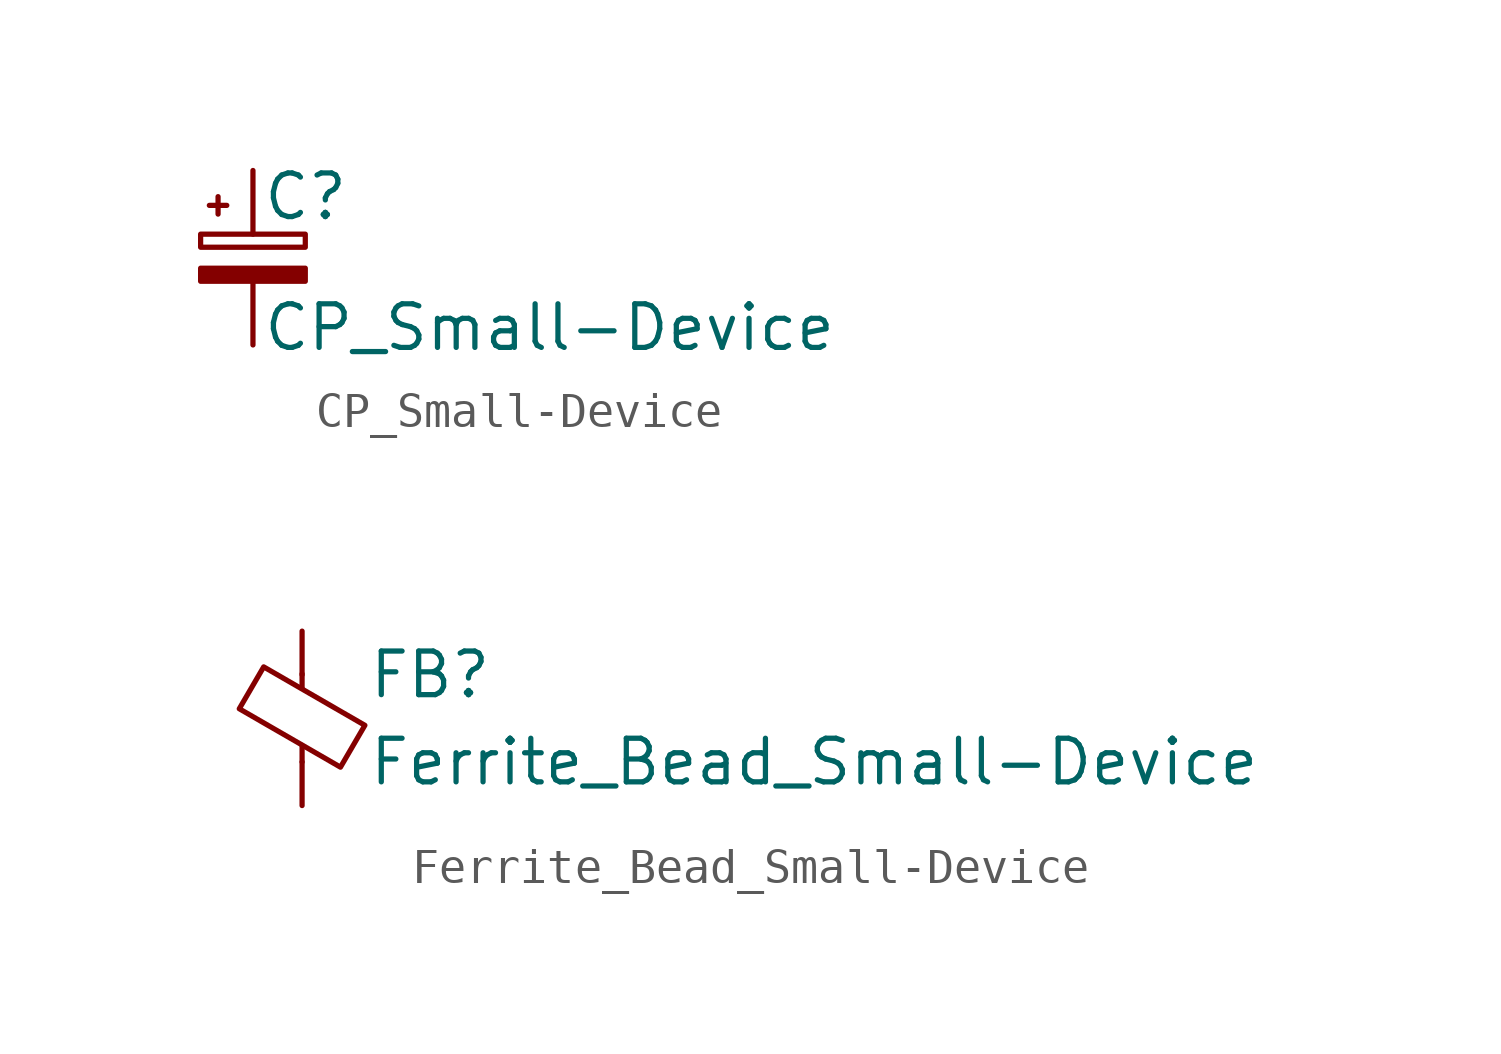
<source format=kicad_sym>
(kicad_symbol_lib
  (version 20220914)
  (generator kicad_symbol_editor)
  (symbol "CP_Small-Device"
    (pin_numbers hide)
    (pin_names
      (offset 0.254) hide)
    (property "Reference" "C"
      (at 0.254 1.778 0)
      (effects (font (size 1.27 1.27)) (justify left)))
    (property "Value" "CP_Small-Device"
      (at 0.254 -2.032 0)
      (effects (font (size 1.27 1.27)) (justify left)))
    (symbol "CP_Small-Device_0_1"
      (rectangle (start -1.524 -0.305) (end 1.524 -0.686) (stroke (width 0) (type solid)) (fill (type outline)))
      (rectangle (start -1.524 0.686) (end 1.524 0.305) (stroke (width 0) (type solid)) (fill (type none)))
      (polyline (pts (xy -1.27 1.524) (xy -0.762 1.524)) (stroke (width 0) (type solid)) (fill (type none)))
      (polyline (pts (xy -1.016 1.27) (xy -1.016 1.778)) (stroke (width 0) (type solid)) (fill (type none))))
    (symbol "CP_Small-Device_1_1"
      (pin passive line (at 0 2.54 270) (length 1.854) (name "~" (effects (font (size 1.27 1.27)))) (number "1" (effects (font (size 1.27 1.27)))))
      (pin passive line (at 0 -2.54 90) (length 1.854) (name "~" (effects (font (size 1.27 1.27)))) (number "2" (effects (font (size 1.27 1.27)))))))
  (symbol "Ferrite_Bead_Small-Device"
    (pin_numbers hide)
    (pin_names
      (offset 0))
    (property "Reference" "FB"
      (at 1.905 1.27 0)
      (effects (font (size 1.27 1.27)) (justify left)))
    (property "Value" "Ferrite_Bead_Small-Device"
      (at 1.905 -1.27 0)
      (effects (font (size 1.27 1.27)) (justify left)))
    (symbol "Ferrite_Bead_Small-Device_0_1"
      (polyline (pts (xy 0 -1.27) (xy 0 -0.787)) (stroke (width 0) (type solid)) (fill (type none)))
      (polyline (pts (xy 0 0.889) (xy 0 1.295)) (stroke (width 0) (type solid)) (fill (type none)))
      (polyline (pts (xy -1.829 0.279) (xy -1.118 1.499) (xy 1.829 -0.203) (xy 1.118 -1.422) (xy -1.829 0.279)) (stroke (width 0) (type solid)) (fill (type none))))
    (symbol "Ferrite_Bead_Small-Device_1_1"
      (pin passive line (at 0 2.54 270) (length 1.27) (name "~" (effects (font (size 1.27 1.27)))) (number "1" (effects (font (size 1.27 1.27)))))
      (pin passive line (at 0 -2.54 90) (length 1.27) (name "~" (effects (font (size 1.27 1.27)))) (number "2" (effects (font (size 1.27 1.27))))))))
</source>
